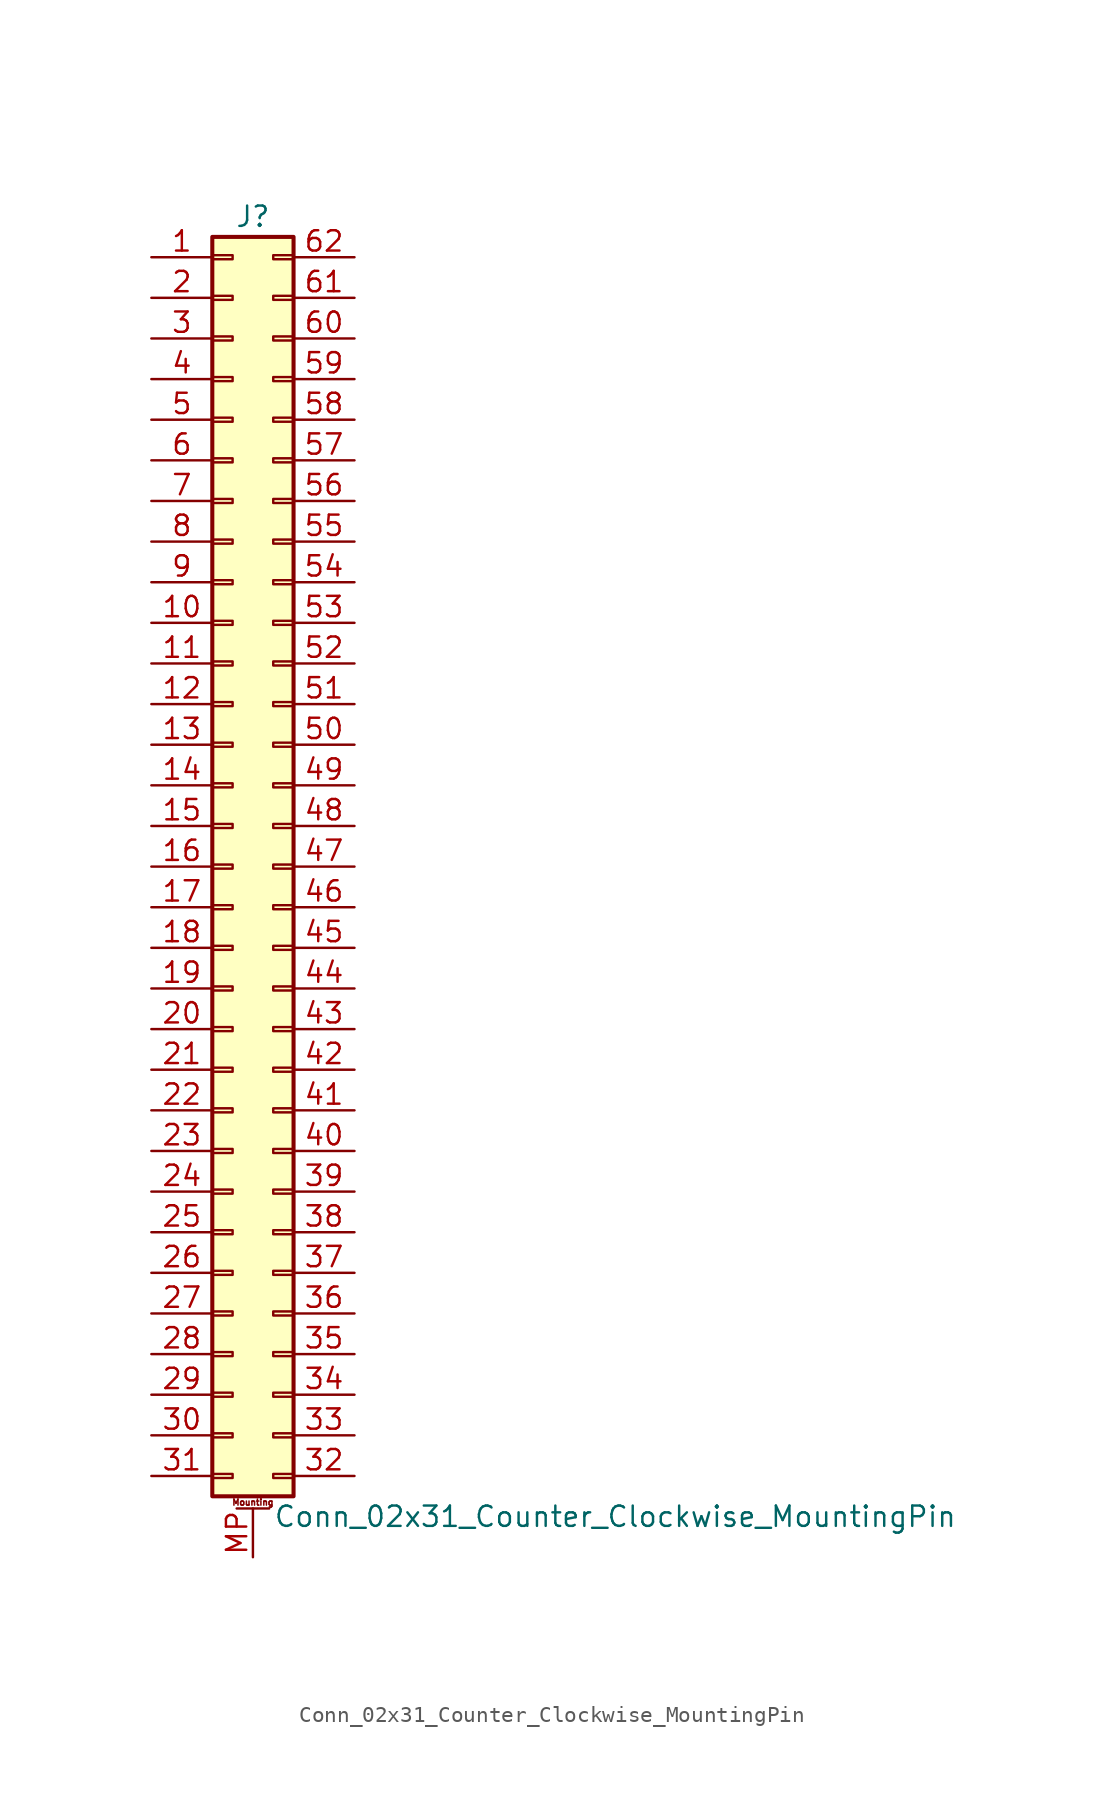
<source format=kicad_sym>
(kicad_symbol_lib
  (version 20201005)
  (generator kicad_symbol_editor)
  (symbol "Conn_02x31_Counter_Clockwise_MountingPin"
    (pin_names
      (offset 1.016) hide)
    (property "Reference" "J"
      (at 1.27 40.64 0)
      (effects (font (size 1.27 1.27))))
    (property "Value" "Conn_02x31_Counter_Clockwise_MountingPin"
      (at 2.54 -40.64 0)
      (effects (font (size 1.27 1.27)) (justify left)))
    (symbol "Conn_02x31_Counter_Clockwise_MountingPin_1_1"
      (text "Mounting" (at 1.27 -39.751 0) (effects (font (size 0.381 0.381))))
      (rectangle (start -1.27 -37.973) (end 0 -38.227) (stroke (width 0.152)) (fill (type none)))
      (rectangle (start -1.27 -35.433) (end 0 -35.687) (stroke (width 0.152)) (fill (type none)))
      (rectangle (start -1.27 -32.893) (end 0 -33.147) (stroke (width 0.152)) (fill (type none)))
      (rectangle (start -1.27 -30.353) (end 0 -30.607) (stroke (width 0.152)) (fill (type none)))
      (rectangle (start -1.27 -27.813) (end 0 -28.067) (stroke (width 0.152)) (fill (type none)))
      (rectangle (start -1.27 -25.273) (end 0 -25.527) (stroke (width 0.152)) (fill (type none)))
      (rectangle (start -1.27 -22.733) (end 0 -22.987) (stroke (width 0.152)) (fill (type none)))
      (rectangle (start -1.27 -20.193) (end 0 -20.447) (stroke (width 0.152)) (fill (type none)))
      (rectangle (start -1.27 -17.653) (end 0 -17.907) (stroke (width 0.152)) (fill (type none)))
      (rectangle (start -1.27 -15.113) (end 0 -15.367) (stroke (width 0.152)) (fill (type none)))
      (rectangle (start -1.27 -12.573) (end 0 -12.827) (stroke (width 0.152)) (fill (type none)))
      (rectangle (start -1.27 -10.033) (end 0 -10.287) (stroke (width 0.152)) (fill (type none)))
      (rectangle (start -1.27 -7.493) (end 0 -7.747) (stroke (width 0.152)) (fill (type none)))
      (rectangle (start -1.27 -4.953) (end 0 -5.207) (stroke (width 0.152)) (fill (type none)))
      (rectangle (start -1.27 -2.413) (end 0 -2.667) (stroke (width 0.152)) (fill (type none)))
      (rectangle (start -1.27 0.127) (end 0 -0.127) (stroke (width 0.152)) (fill (type none)))
      (rectangle (start -1.27 2.667) (end 0 2.413) (stroke (width 0.152)) (fill (type none)))
      (rectangle (start -1.27 5.207) (end 0 4.953) (stroke (width 0.152)) (fill (type none)))
      (rectangle (start -1.27 7.747) (end 0 7.493) (stroke (width 0.152)) (fill (type none)))
      (rectangle (start -1.27 10.287) (end 0 10.033) (stroke (width 0.152)) (fill (type none)))
      (rectangle (start -1.27 12.827) (end 0 12.573) (stroke (width 0.152)) (fill (type none)))
      (rectangle (start -1.27 15.367) (end 0 15.113) (stroke (width 0.152)) (fill (type none)))
      (rectangle (start -1.27 17.907) (end 0 17.653) (stroke (width 0.152)) (fill (type none)))
      (rectangle (start -1.27 20.447) (end 0 20.193) (stroke (width 0.152)) (fill (type none)))
      (rectangle (start -1.27 22.987) (end 0 22.733) (stroke (width 0.152)) (fill (type none)))
      (rectangle (start -1.27 25.527) (end 0 25.273) (stroke (width 0.152)) (fill (type none)))
      (rectangle (start -1.27 28.067) (end 0 27.813) (stroke (width 0.152)) (fill (type none)))
      (rectangle (start -1.27 30.607) (end 0 30.353) (stroke (width 0.152)) (fill (type none)))
      (rectangle (start -1.27 33.147) (end 0 32.893) (stroke (width 0.152)) (fill (type none)))
      (rectangle (start -1.27 35.687) (end 0 35.433) (stroke (width 0.152)) (fill (type none)))
      (rectangle (start -1.27 38.227) (end 0 37.973) (stroke (width 0.152)) (fill (type none)))
      (rectangle (start 3.81 -37.973) (end 2.54 -38.227) (stroke (width 0.152)) (fill (type none)))
      (rectangle (start 3.81 -35.433) (end 2.54 -35.687) (stroke (width 0.152)) (fill (type none)))
      (rectangle (start 3.81 -32.893) (end 2.54 -33.147) (stroke (width 0.152)) (fill (type none)))
      (rectangle (start 3.81 -30.353) (end 2.54 -30.607) (stroke (width 0.152)) (fill (type none)))
      (rectangle (start 3.81 -27.813) (end 2.54 -28.067) (stroke (width 0.152)) (fill (type none)))
      (rectangle (start 3.81 -25.273) (end 2.54 -25.527) (stroke (width 0.152)) (fill (type none)))
      (rectangle (start 3.81 -22.733) (end 2.54 -22.987) (stroke (width 0.152)) (fill (type none)))
      (rectangle (start 3.81 -20.193) (end 2.54 -20.447) (stroke (width 0.152)) (fill (type none)))
      (rectangle (start 3.81 -17.653) (end 2.54 -17.907) (stroke (width 0.152)) (fill (type none)))
      (rectangle (start 3.81 -15.113) (end 2.54 -15.367) (stroke (width 0.152)) (fill (type none)))
      (rectangle (start 3.81 -12.573) (end 2.54 -12.827) (stroke (width 0.152)) (fill (type none)))
      (rectangle (start 3.81 -10.033) (end 2.54 -10.287) (stroke (width 0.152)) (fill (type none)))
      (rectangle (start 3.81 -7.493) (end 2.54 -7.747) (stroke (width 0.152)) (fill (type none)))
      (rectangle (start 3.81 -4.953) (end 2.54 -5.207) (stroke (width 0.152)) (fill (type none)))
      (rectangle (start 3.81 -2.413) (end 2.54 -2.667) (stroke (width 0.152)) (fill (type none)))
      (rectangle (start 3.81 0.127) (end 2.54 -0.127) (stroke (width 0.152)) (fill (type none)))
      (rectangle (start 3.81 2.667) (end 2.54 2.413) (stroke (width 0.152)) (fill (type none)))
      (rectangle (start 3.81 5.207) (end 2.54 4.953) (stroke (width 0.152)) (fill (type none)))
      (rectangle (start 3.81 7.747) (end 2.54 7.493) (stroke (width 0.152)) (fill (type none)))
      (rectangle (start 3.81 10.287) (end 2.54 10.033) (stroke (width 0.152)) (fill (type none)))
      (rectangle (start 3.81 12.827) (end 2.54 12.573) (stroke (width 0.152)) (fill (type none)))
      (rectangle (start 3.81 15.367) (end 2.54 15.113) (stroke (width 0.152)) (fill (type none)))
      (rectangle (start 3.81 17.907) (end 2.54 17.653) (stroke (width 0.152)) (fill (type none)))
      (rectangle (start 3.81 20.447) (end 2.54 20.193) (stroke (width 0.152)) (fill (type none)))
      (rectangle (start 3.81 22.987) (end 2.54 22.733) (stroke (width 0.152)) (fill (type none)))
      (rectangle (start 3.81 25.527) (end 2.54 25.273) (stroke (width 0.152)) (fill (type none)))
      (rectangle (start 3.81 28.067) (end 2.54 27.813) (stroke (width 0.152)) (fill (type none)))
      (rectangle (start 3.81 30.607) (end 2.54 30.353) (stroke (width 0.152)) (fill (type none)))
      (rectangle (start 3.81 33.147) (end 2.54 32.893) (stroke (width 0.152)) (fill (type none)))
      (rectangle (start 3.81 35.687) (end 2.54 35.433) (stroke (width 0.152)) (fill (type none)))
      (rectangle (start 3.81 38.227) (end 2.54 37.973) (stroke (width 0.152)) (fill (type none)))
      (rectangle (start -1.27 39.37) (end 3.81 -39.37) (stroke (width 0.254)) (fill (type background)))
      (polyline (pts (xy 0.254 -40.132) (xy 2.286 -40.132)) (stroke (width 0.152)) (fill (type none)))
      (pin passive line (at -5.08 38.1 0) (length 3.81) (name "Pin_1" (effects (font (size 1.27 1.27)))) (number "1" (effects (font (size 1.27 1.27)))))
      (pin passive line (at -5.08 15.24 0) (length 3.81) (name "Pin_10" (effects (font (size 1.27 1.27)))) (number "10" (effects (font (size 1.27 1.27)))))
      (pin passive line (at -5.08 12.7 0) (length 3.81) (name "Pin_11" (effects (font (size 1.27 1.27)))) (number "11" (effects (font (size 1.27 1.27)))))
      (pin passive line (at -5.08 10.16 0) (length 3.81) (name "Pin_12" (effects (font (size 1.27 1.27)))) (number "12" (effects (font (size 1.27 1.27)))))
      (pin passive line (at -5.08 7.62 0) (length 3.81) (name "Pin_13" (effects (font (size 1.27 1.27)))) (number "13" (effects (font (size 1.27 1.27)))))
      (pin passive line (at -5.08 5.08 0) (length 3.81) (name "Pin_14" (effects (font (size 1.27 1.27)))) (number "14" (effects (font (size 1.27 1.27)))))
      (pin passive line (at -5.08 2.54 0) (length 3.81) (name "Pin_15" (effects (font (size 1.27 1.27)))) (number "15" (effects (font (size 1.27 1.27)))))
      (pin passive line (at -5.08 0 0) (length 3.81) (name "Pin_16" (effects (font (size 1.27 1.27)))) (number "16" (effects (font (size 1.27 1.27)))))
      (pin passive line (at -5.08 -2.54 0) (length 3.81) (name "Pin_17" (effects (font (size 1.27 1.27)))) (number "17" (effects (font (size 1.27 1.27)))))
      (pin passive line (at -5.08 -5.08 0) (length 3.81) (name "Pin_18" (effects (font (size 1.27 1.27)))) (number "18" (effects (font (size 1.27 1.27)))))
      (pin passive line (at -5.08 -7.62 0) (length 3.81) (name "Pin_19" (effects (font (size 1.27 1.27)))) (number "19" (effects (font (size 1.27 1.27)))))
      (pin passive line (at -5.08 35.56 0) (length 3.81) (name "Pin_2" (effects (font (size 1.27 1.27)))) (number "2" (effects (font (size 1.27 1.27)))))
      (pin passive line (at -5.08 -10.16 0) (length 3.81) (name "Pin_20" (effects (font (size 1.27 1.27)))) (number "20" (effects (font (size 1.27 1.27)))))
      (pin passive line (at -5.08 -12.7 0) (length 3.81) (name "Pin_21" (effects (font (size 1.27 1.27)))) (number "21" (effects (font (size 1.27 1.27)))))
      (pin passive line (at -5.08 -15.24 0) (length 3.81) (name "Pin_22" (effects (font (size 1.27 1.27)))) (number "22" (effects (font (size 1.27 1.27)))))
      (pin passive line (at -5.08 -17.78 0) (length 3.81) (name "Pin_23" (effects (font (size 1.27 1.27)))) (number "23" (effects (font (size 1.27 1.27)))))
      (pin passive line (at -5.08 -20.32 0) (length 3.81) (name "Pin_24" (effects (font (size 1.27 1.27)))) (number "24" (effects (font (size 1.27 1.27)))))
      (pin passive line (at -5.08 -22.86 0) (length 3.81) (name "Pin_25" (effects (font (size 1.27 1.27)))) (number "25" (effects (font (size 1.27 1.27)))))
      (pin passive line (at -5.08 -25.4 0) (length 3.81) (name "Pin_26" (effects (font (size 1.27 1.27)))) (number "26" (effects (font (size 1.27 1.27)))))
      (pin passive line (at -5.08 -27.94 0) (length 3.81) (name "Pin_27" (effects (font (size 1.27 1.27)))) (number "27" (effects (font (size 1.27 1.27)))))
      (pin passive line (at -5.08 -30.48 0) (length 3.81) (name "Pin_28" (effects (font (size 1.27 1.27)))) (number "28" (effects (font (size 1.27 1.27)))))
      (pin passive line (at -5.08 -33.02 0) (length 3.81) (name "Pin_29" (effects (font (size 1.27 1.27)))) (number "29" (effects (font (size 1.27 1.27)))))
      (pin passive line (at -5.08 33.02 0) (length 3.81) (name "Pin_3" (effects (font (size 1.27 1.27)))) (number "3" (effects (font (size 1.27 1.27)))))
      (pin passive line (at -5.08 -35.56 0) (length 3.81) (name "Pin_30" (effects (font (size 1.27 1.27)))) (number "30" (effects (font (size 1.27 1.27)))))
      (pin passive line (at -5.08 -38.1 0) (length 3.81) (name "Pin_31" (effects (font (size 1.27 1.27)))) (number "31" (effects (font (size 1.27 1.27)))))
      (pin passive line (at 7.62 -38.1 180) (length 3.81) (name "Pin_32" (effects (font (size 1.27 1.27)))) (number "32" (effects (font (size 1.27 1.27)))))
      (pin passive line (at 7.62 -35.56 180) (length 3.81) (name "Pin_33" (effects (font (size 1.27 1.27)))) (number "33" (effects (font (size 1.27 1.27)))))
      (pin passive line (at 7.62 -33.02 180) (length 3.81) (name "Pin_34" (effects (font (size 1.27 1.27)))) (number "34" (effects (font (size 1.27 1.27)))))
      (pin passive line (at 7.62 -30.48 180) (length 3.81) (name "Pin_35" (effects (font (size 1.27 1.27)))) (number "35" (effects (font (size 1.27 1.27)))))
      (pin passive line (at 7.62 -27.94 180) (length 3.81) (name "Pin_36" (effects (font (size 1.27 1.27)))) (number "36" (effects (font (size 1.27 1.27)))))
      (pin passive line (at 7.62 -25.4 180) (length 3.81) (name "Pin_37" (effects (font (size 1.27 1.27)))) (number "37" (effects (font (size 1.27 1.27)))))
      (pin passive line (at 7.62 -22.86 180) (length 3.81) (name "Pin_38" (effects (font (size 1.27 1.27)))) (number "38" (effects (font (size 1.27 1.27)))))
      (pin passive line (at 7.62 -20.32 180) (length 3.81) (name "Pin_39" (effects (font (size 1.27 1.27)))) (number "39" (effects (font (size 1.27 1.27)))))
      (pin passive line (at -5.08 30.48 0) (length 3.81) (name "Pin_4" (effects (font (size 1.27 1.27)))) (number "4" (effects (font (size 1.27 1.27)))))
      (pin passive line (at 7.62 -17.78 180) (length 3.81) (name "Pin_40" (effects (font (size 1.27 1.27)))) (number "40" (effects (font (size 1.27 1.27)))))
      (pin passive line (at 7.62 -15.24 180) (length 3.81) (name "Pin_41" (effects (font (size 1.27 1.27)))) (number "41" (effects (font (size 1.27 1.27)))))
      (pin passive line (at 7.62 -12.7 180) (length 3.81) (name "Pin_42" (effects (font (size 1.27 1.27)))) (number "42" (effects (font (size 1.27 1.27)))))
      (pin passive line (at 7.62 -10.16 180) (length 3.81) (name "Pin_43" (effects (font (size 1.27 1.27)))) (number "43" (effects (font (size 1.27 1.27)))))
      (pin passive line (at 7.62 -7.62 180) (length 3.81) (name "Pin_44" (effects (font (size 1.27 1.27)))) (number "44" (effects (font (size 1.27 1.27)))))
      (pin passive line (at 7.62 -5.08 180) (length 3.81) (name "Pin_45" (effects (font (size 1.27 1.27)))) (number "45" (effects (font (size 1.27 1.27)))))
      (pin passive line (at 7.62 -2.54 180) (length 3.81) (name "Pin_46" (effects (font (size 1.27 1.27)))) (number "46" (effects (font (size 1.27 1.27)))))
      (pin passive line (at 7.62 0 180) (length 3.81) (name "Pin_47" (effects (font (size 1.27 1.27)))) (number "47" (effects (font (size 1.27 1.27)))))
      (pin passive line (at 7.62 2.54 180) (length 3.81) (name "Pin_48" (effects (font (size 1.27 1.27)))) (number "48" (effects (font (size 1.27 1.27)))))
      (pin passive line (at 7.62 5.08 180) (length 3.81) (name "Pin_49" (effects (font (size 1.27 1.27)))) (number "49" (effects (font (size 1.27 1.27)))))
      (pin passive line (at -5.08 27.94 0) (length 3.81) (name "Pin_5" (effects (font (size 1.27 1.27)))) (number "5" (effects (font (size 1.27 1.27)))))
      (pin passive line (at 7.62 7.62 180) (length 3.81) (name "Pin_50" (effects (font (size 1.27 1.27)))) (number "50" (effects (font (size 1.27 1.27)))))
      (pin passive line (at 7.62 10.16 180) (length 3.81) (name "Pin_51" (effects (font (size 1.27 1.27)))) (number "51" (effects (font (size 1.27 1.27)))))
      (pin passive line (at 7.62 12.7 180) (length 3.81) (name "Pin_52" (effects (font (size 1.27 1.27)))) (number "52" (effects (font (size 1.27 1.27)))))
      (pin passive line (at 7.62 15.24 180) (length 3.81) (name "Pin_53" (effects (font (size 1.27 1.27)))) (number "53" (effects (font (size 1.27 1.27)))))
      (pin passive line (at 7.62 17.78 180) (length 3.81) (name "Pin_54" (effects (font (size 1.27 1.27)))) (number "54" (effects (font (size 1.27 1.27)))))
      (pin passive line (at 7.62 20.32 180) (length 3.81) (name "Pin_55" (effects (font (size 1.27 1.27)))) (number "55" (effects (font (size 1.27 1.27)))))
      (pin passive line (at 7.62 22.86 180) (length 3.81) (name "Pin_56" (effects (font (size 1.27 1.27)))) (number "56" (effects (font (size 1.27 1.27)))))
      (pin passive line (at 7.62 25.4 180) (length 3.81) (name "Pin_57" (effects (font (size 1.27 1.27)))) (number "57" (effects (font (size 1.27 1.27)))))
      (pin passive line (at 7.62 27.94 180) (length 3.81) (name "Pin_58" (effects (font (size 1.27 1.27)))) (number "58" (effects (font (size 1.27 1.27)))))
      (pin passive line (at 7.62 30.48 180) (length 3.81) (name "Pin_59" (effects (font (size 1.27 1.27)))) (number "59" (effects (font (size 1.27 1.27)))))
      (pin passive line (at -5.08 25.4 0) (length 3.81) (name "Pin_6" (effects (font (size 1.27 1.27)))) (number "6" (effects (font (size 1.27 1.27)))))
      (pin passive line (at 7.62 33.02 180) (length 3.81) (name "Pin_60" (effects (font (size 1.27 1.27)))) (number "60" (effects (font (size 1.27 1.27)))))
      (pin passive line (at 7.62 35.56 180) (length 3.81) (name "Pin_61" (effects (font (size 1.27 1.27)))) (number "61" (effects (font (size 1.27 1.27)))))
      (pin passive line (at 7.62 38.1 180) (length 3.81) (name "Pin_62" (effects (font (size 1.27 1.27)))) (number "62" (effects (font (size 1.27 1.27)))))
      (pin passive line (at -5.08 22.86 0) (length 3.81) (name "Pin_7" (effects (font (size 1.27 1.27)))) (number "7" (effects (font (size 1.27 1.27)))))
      (pin passive line (at -5.08 20.32 0) (length 3.81) (name "Pin_8" (effects (font (size 1.27 1.27)))) (number "8" (effects (font (size 1.27 1.27)))))
      (pin passive line (at -5.08 17.78 0) (length 3.81) (name "Pin_9" (effects (font (size 1.27 1.27)))) (number "9" (effects (font (size 1.27 1.27)))))
      (pin passive line (at 1.27 -43.18 90) (length 3.048) (name "MountPin" (effects (font (size 1.27 1.27)))) (number "MP" (effects (font (size 1.27 1.27))))))))
</source>
